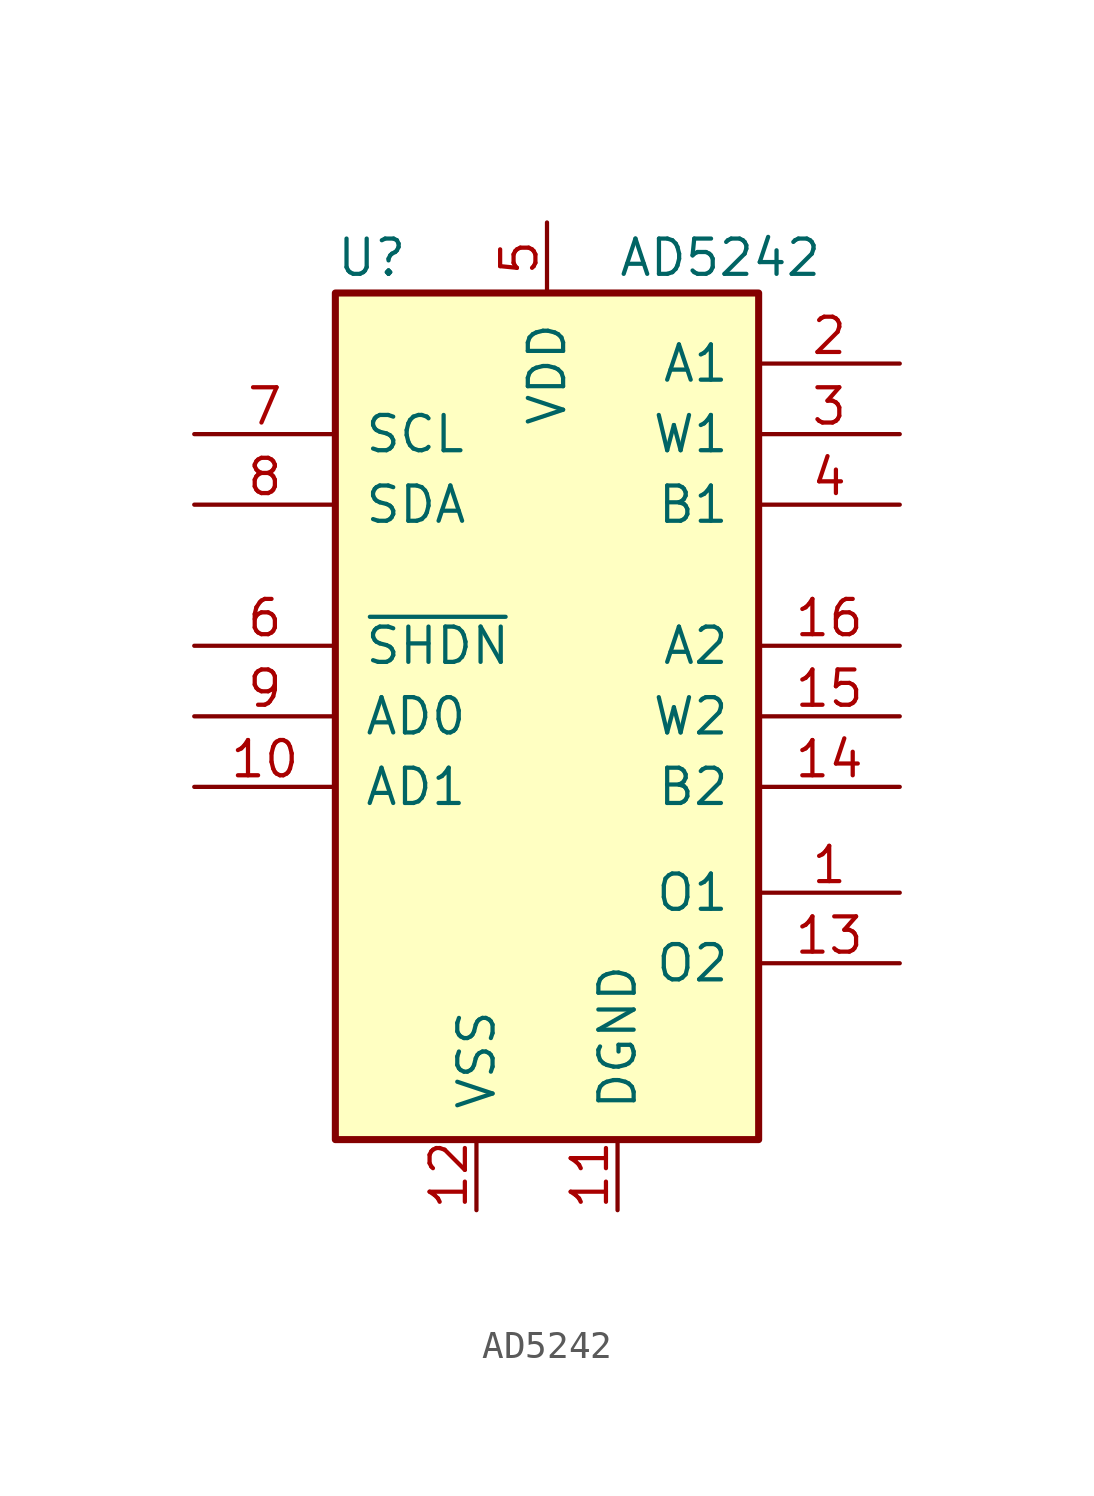
<source format=kicad_sym>
(kicad_symbol_lib
  (version 20241209)
  (generator "kicad_symbol_editor")
  (generator_version "9.0")
  (symbol "AD5242"
    (pin_names
      (offset 1.016))
    (property "Reference" "U"
      (at -7.62 11.43 0)
      (effects (font (size 1.27 1.27)) (justify left)))
    (property "Value" "AD5242"
      (at 2.54 11.43 0)
      (effects (font (size 1.27 1.27)) (justify left)))
    (symbol "AD5242_0_1"
      (rectangle (start -7.62 10.16) (end 7.62 -20.32) (stroke (width 0.254) (type default)) (fill (type background))))
    (symbol "AD5242_1_1"
      (pin input line (at -12.7 5.08 0) (length 5.08) (name "SCL" (effects (font (size 1.27 1.27)))) (number "7" (effects (font (size 1.27 1.27)))))
      (pin bidirectional line (at -12.7 2.54 0) (length 5.08) (name "SDA" (effects (font (size 1.27 1.27)))) (number "8" (effects (font (size 1.27 1.27)))))
      (pin input line (at -12.7 -2.54 0) (length 5.08) (name "~{SHDN}" (effects (font (size 1.27 1.27)))) (number "6" (effects (font (size 1.27 1.27)))))
      (pin input line (at -12.7 -5.08 0) (length 5.08) (name "AD0" (effects (font (size 1.27 1.27)))) (number "9" (effects (font (size 1.27 1.27)))))
      (pin input line (at -12.7 -7.62 0) (length 5.08) (name "AD1" (effects (font (size 1.27 1.27)))) (number "10" (effects (font (size 1.27 1.27)))))
      (pin power_in line (at -2.54 -22.86 90) (length 2.54) (name "VSS" (effects (font (size 1.27 1.27)))) (number "12" (effects (font (size 1.27 1.27)))))
      (pin power_in line (at 0 12.7 270) (length 2.54) (name "VDD" (effects (font (size 1.27 1.27)))) (number "5" (effects (font (size 1.27 1.27)))))
      (pin power_in line (at 2.54 -22.86 90) (length 2.54) (name "DGND" (effects (font (size 1.27 1.27)))) (number "11" (effects (font (size 1.27 1.27)))))
      (pin passive line (at 12.7 7.62 180) (length 5.08) (name "A1" (effects (font (size 1.27 1.27)))) (number "2" (effects (font (size 1.27 1.27)))))
      (pin passive line (at 12.7 5.08 180) (length 5.08) (name "W1" (effects (font (size 1.27 1.27)))) (number "3" (effects (font (size 1.27 1.27)))))
      (pin passive line (at 12.7 2.54 180) (length 5.08) (name "B1" (effects (font (size 1.27 1.27)))) (number "4" (effects (font (size 1.27 1.27)))))
      (pin passive line (at 12.7 -2.54 180) (length 5.08) (name "A2" (effects (font (size 1.27 1.27)))) (number "16" (effects (font (size 1.27 1.27)))))
      (pin passive line (at 12.7 -5.08 180) (length 5.08) (name "W2" (effects (font (size 1.27 1.27)))) (number "15" (effects (font (size 1.27 1.27)))))
      (pin passive line (at 12.7 -7.62 180) (length 5.08) (name "B2" (effects (font (size 1.27 1.27)))) (number "14" (effects (font (size 1.27 1.27)))))
      (pin output line (at 12.7 -11.43 180) (length 5.08) (name "O1" (effects (font (size 1.27 1.27)))) (number "1" (effects (font (size 1.27 1.27)))))
      (pin output line (at 12.7 -13.97 180) (length 5.08) (name "O2" (effects (font (size 1.27 1.27)))) (number "13" (effects (font (size 1.27 1.27))))))))
</source>
